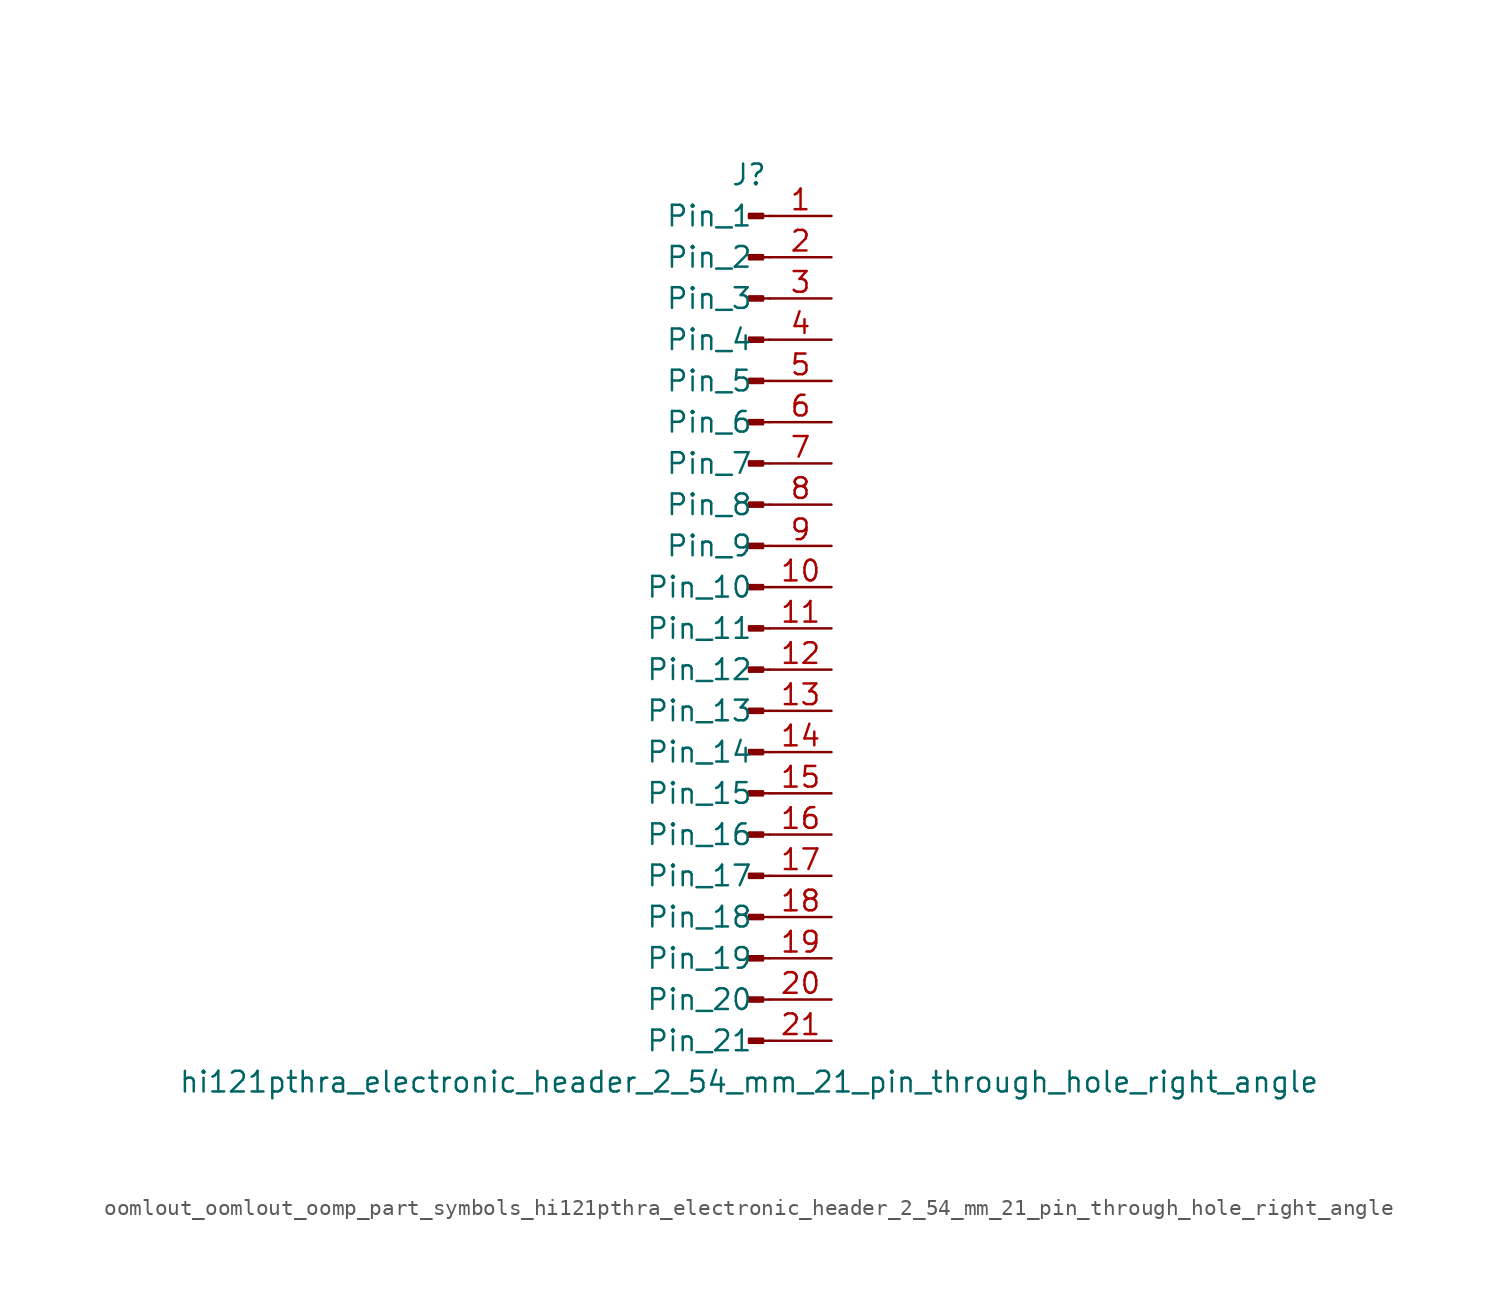
<source format=kicad_sym>
(kicad_symbol_lib
  (version 20220914)
  (generator kicad_symbol_editor)
  (symbol "oomlout_oomlout_oomp_part_symbols_hi121pthra_electronic_header_2_54_mm_21_pin_through_hole_right_angle"
    (pin_names
      (offset 1.016))
    (property "Reference" "J"
      (at 0 27.94 0)
      (effects (font (size 1.27 1.27))))
    (property "Value" "hi121pthra_electronic_header_2_54_mm_21_pin_through_hole_right_angle"
      (at 0 -27.94 0)
      (effects (font (size 1.27 1.27))))
    (property "ki_locked" ""
      (at 0 0 0)
      (effects (font (size 1.27 1.27))))
    (symbol "oomlout_oomlout_oomp_part_symbols_hi121pthra_electronic_header_2_54_mm_21_pin_through_hole_right_angle_1_1"
      (polyline (pts (xy 1.27 -25.4) (xy 0.864 -25.4)) (stroke (width 0.152) (type default)) (fill (type none)))
      (polyline (pts (xy 1.27 -22.86) (xy 0.864 -22.86)) (stroke (width 0.152) (type default)) (fill (type none)))
      (polyline (pts (xy 1.27 -20.32) (xy 0.864 -20.32)) (stroke (width 0.152) (type default)) (fill (type none)))
      (polyline (pts (xy 1.27 -17.78) (xy 0.864 -17.78)) (stroke (width 0.152) (type default)) (fill (type none)))
      (polyline (pts (xy 1.27 -15.24) (xy 0.864 -15.24)) (stroke (width 0.152) (type default)) (fill (type none)))
      (polyline (pts (xy 1.27 -12.7) (xy 0.864 -12.7)) (stroke (width 0.152) (type default)) (fill (type none)))
      (polyline (pts (xy 1.27 -10.16) (xy 0.864 -10.16)) (stroke (width 0.152) (type default)) (fill (type none)))
      (polyline (pts (xy 1.27 -7.62) (xy 0.864 -7.62)) (stroke (width 0.152) (type default)) (fill (type none)))
      (polyline (pts (xy 1.27 -5.08) (xy 0.864 -5.08)) (stroke (width 0.152) (type default)) (fill (type none)))
      (polyline (pts (xy 1.27 -2.54) (xy 0.864 -2.54)) (stroke (width 0.152) (type default)) (fill (type none)))
      (polyline (pts (xy 1.27 0) (xy 0.864 0)) (stroke (width 0.152) (type default)) (fill (type none)))
      (polyline (pts (xy 1.27 2.54) (xy 0.864 2.54)) (stroke (width 0.152) (type default)) (fill (type none)))
      (polyline (pts (xy 1.27 5.08) (xy 0.864 5.08)) (stroke (width 0.152) (type default)) (fill (type none)))
      (polyline (pts (xy 1.27 7.62) (xy 0.864 7.62)) (stroke (width 0.152) (type default)) (fill (type none)))
      (polyline (pts (xy 1.27 10.16) (xy 0.864 10.16)) (stroke (width 0.152) (type default)) (fill (type none)))
      (polyline (pts (xy 1.27 12.7) (xy 0.864 12.7)) (stroke (width 0.152) (type default)) (fill (type none)))
      (polyline (pts (xy 1.27 15.24) (xy 0.864 15.24)) (stroke (width 0.152) (type default)) (fill (type none)))
      (polyline (pts (xy 1.27 17.78) (xy 0.864 17.78)) (stroke (width 0.152) (type default)) (fill (type none)))
      (polyline (pts (xy 1.27 20.32) (xy 0.864 20.32)) (stroke (width 0.152) (type default)) (fill (type none)))
      (polyline (pts (xy 1.27 22.86) (xy 0.864 22.86)) (stroke (width 0.152) (type default)) (fill (type none)))
      (polyline (pts (xy 1.27 25.4) (xy 0.864 25.4)) (stroke (width 0.152) (type default)) (fill (type none)))
      (rectangle (start 0.864 -25.273) (end 0 -25.527) (stroke (width 0.152) (type default)) (fill (type outline)))
      (rectangle (start 0.864 -22.733) (end 0 -22.987) (stroke (width 0.152) (type default)) (fill (type outline)))
      (rectangle (start 0.864 -20.193) (end 0 -20.447) (stroke (width 0.152) (type default)) (fill (type outline)))
      (rectangle (start 0.864 -17.653) (end 0 -17.907) (stroke (width 0.152) (type default)) (fill (type outline)))
      (rectangle (start 0.864 -15.113) (end 0 -15.367) (stroke (width 0.152) (type default)) (fill (type outline)))
      (rectangle (start 0.864 -12.573) (end 0 -12.827) (stroke (width 0.152) (type default)) (fill (type outline)))
      (rectangle (start 0.864 -10.033) (end 0 -10.287) (stroke (width 0.152) (type default)) (fill (type outline)))
      (rectangle (start 0.864 -7.493) (end 0 -7.747) (stroke (width 0.152) (type default)) (fill (type outline)))
      (rectangle (start 0.864 -4.953) (end 0 -5.207) (stroke (width 0.152) (type default)) (fill (type outline)))
      (rectangle (start 0.864 -2.413) (end 0 -2.667) (stroke (width 0.152) (type default)) (fill (type outline)))
      (rectangle (start 0.864 0.127) (end 0 -0.127) (stroke (width 0.152) (type default)) (fill (type outline)))
      (rectangle (start 0.864 2.667) (end 0 2.413) (stroke (width 0.152) (type default)) (fill (type outline)))
      (rectangle (start 0.864 5.207) (end 0 4.953) (stroke (width 0.152) (type default)) (fill (type outline)))
      (rectangle (start 0.864 7.747) (end 0 7.493) (stroke (width 0.152) (type default)) (fill (type outline)))
      (rectangle (start 0.864 10.287) (end 0 10.033) (stroke (width 0.152) (type default)) (fill (type outline)))
      (rectangle (start 0.864 12.827) (end 0 12.573) (stroke (width 0.152) (type default)) (fill (type outline)))
      (rectangle (start 0.864 15.367) (end 0 15.113) (stroke (width 0.152) (type default)) (fill (type outline)))
      (rectangle (start 0.864 17.907) (end 0 17.653) (stroke (width 0.152) (type default)) (fill (type outline)))
      (rectangle (start 0.864 20.447) (end 0 20.193) (stroke (width 0.152) (type default)) (fill (type outline)))
      (rectangle (start 0.864 22.987) (end 0 22.733) (stroke (width 0.152) (type default)) (fill (type outline)))
      (rectangle (start 0.864 25.527) (end 0 25.273) (stroke (width 0.152) (type default)) (fill (type outline)))
      (pin passive line (at 5.08 25.4 180) (length 3.81) (name "Pin_1" (effects (font (size 1.27 1.27)))) (number "1" (effects (font (size 1.27 1.27)))))
      (pin passive line (at 5.08 2.54 180) (length 3.81) (name "Pin_10" (effects (font (size 1.27 1.27)))) (number "10" (effects (font (size 1.27 1.27)))))
      (pin passive line (at 5.08 0 180) (length 3.81) (name "Pin_11" (effects (font (size 1.27 1.27)))) (number "11" (effects (font (size 1.27 1.27)))))
      (pin passive line (at 5.08 -2.54 180) (length 3.81) (name "Pin_12" (effects (font (size 1.27 1.27)))) (number "12" (effects (font (size 1.27 1.27)))))
      (pin passive line (at 5.08 -5.08 180) (length 3.81) (name "Pin_13" (effects (font (size 1.27 1.27)))) (number "13" (effects (font (size 1.27 1.27)))))
      (pin passive line (at 5.08 -7.62 180) (length 3.81) (name "Pin_14" (effects (font (size 1.27 1.27)))) (number "14" (effects (font (size 1.27 1.27)))))
      (pin passive line (at 5.08 -10.16 180) (length 3.81) (name "Pin_15" (effects (font (size 1.27 1.27)))) (number "15" (effects (font (size 1.27 1.27)))))
      (pin passive line (at 5.08 -12.7 180) (length 3.81) (name "Pin_16" (effects (font (size 1.27 1.27)))) (number "16" (effects (font (size 1.27 1.27)))))
      (pin passive line (at 5.08 -15.24 180) (length 3.81) (name "Pin_17" (effects (font (size 1.27 1.27)))) (number "17" (effects (font (size 1.27 1.27)))))
      (pin passive line (at 5.08 -17.78 180) (length 3.81) (name "Pin_18" (effects (font (size 1.27 1.27)))) (number "18" (effects (font (size 1.27 1.27)))))
      (pin passive line (at 5.08 -20.32 180) (length 3.81) (name "Pin_19" (effects (font (size 1.27 1.27)))) (number "19" (effects (font (size 1.27 1.27)))))
      (pin passive line (at 5.08 22.86 180) (length 3.81) (name "Pin_2" (effects (font (size 1.27 1.27)))) (number "2" (effects (font (size 1.27 1.27)))))
      (pin passive line (at 5.08 -22.86 180) (length 3.81) (name "Pin_20" (effects (font (size 1.27 1.27)))) (number "20" (effects (font (size 1.27 1.27)))))
      (pin passive line (at 5.08 -25.4 180) (length 3.81) (name "Pin_21" (effects (font (size 1.27 1.27)))) (number "21" (effects (font (size 1.27 1.27)))))
      (pin passive line (at 5.08 20.32 180) (length 3.81) (name "Pin_3" (effects (font (size 1.27 1.27)))) (number "3" (effects (font (size 1.27 1.27)))))
      (pin passive line (at 5.08 17.78 180) (length 3.81) (name "Pin_4" (effects (font (size 1.27 1.27)))) (number "4" (effects (font (size 1.27 1.27)))))
      (pin passive line (at 5.08 15.24 180) (length 3.81) (name "Pin_5" (effects (font (size 1.27 1.27)))) (number "5" (effects (font (size 1.27 1.27)))))
      (pin passive line (at 5.08 12.7 180) (length 3.81) (name "Pin_6" (effects (font (size 1.27 1.27)))) (number "6" (effects (font (size 1.27 1.27)))))
      (pin passive line (at 5.08 10.16 180) (length 3.81) (name "Pin_7" (effects (font (size 1.27 1.27)))) (number "7" (effects (font (size 1.27 1.27)))))
      (pin passive line (at 5.08 7.62 180) (length 3.81) (name "Pin_8" (effects (font (size 1.27 1.27)))) (number "8" (effects (font (size 1.27 1.27)))))
      (pin passive line (at 5.08 5.08 180) (length 3.81) (name "Pin_9" (effects (font (size 1.27 1.27)))) (number "9" (effects (font (size 1.27 1.27))))))))
</source>
